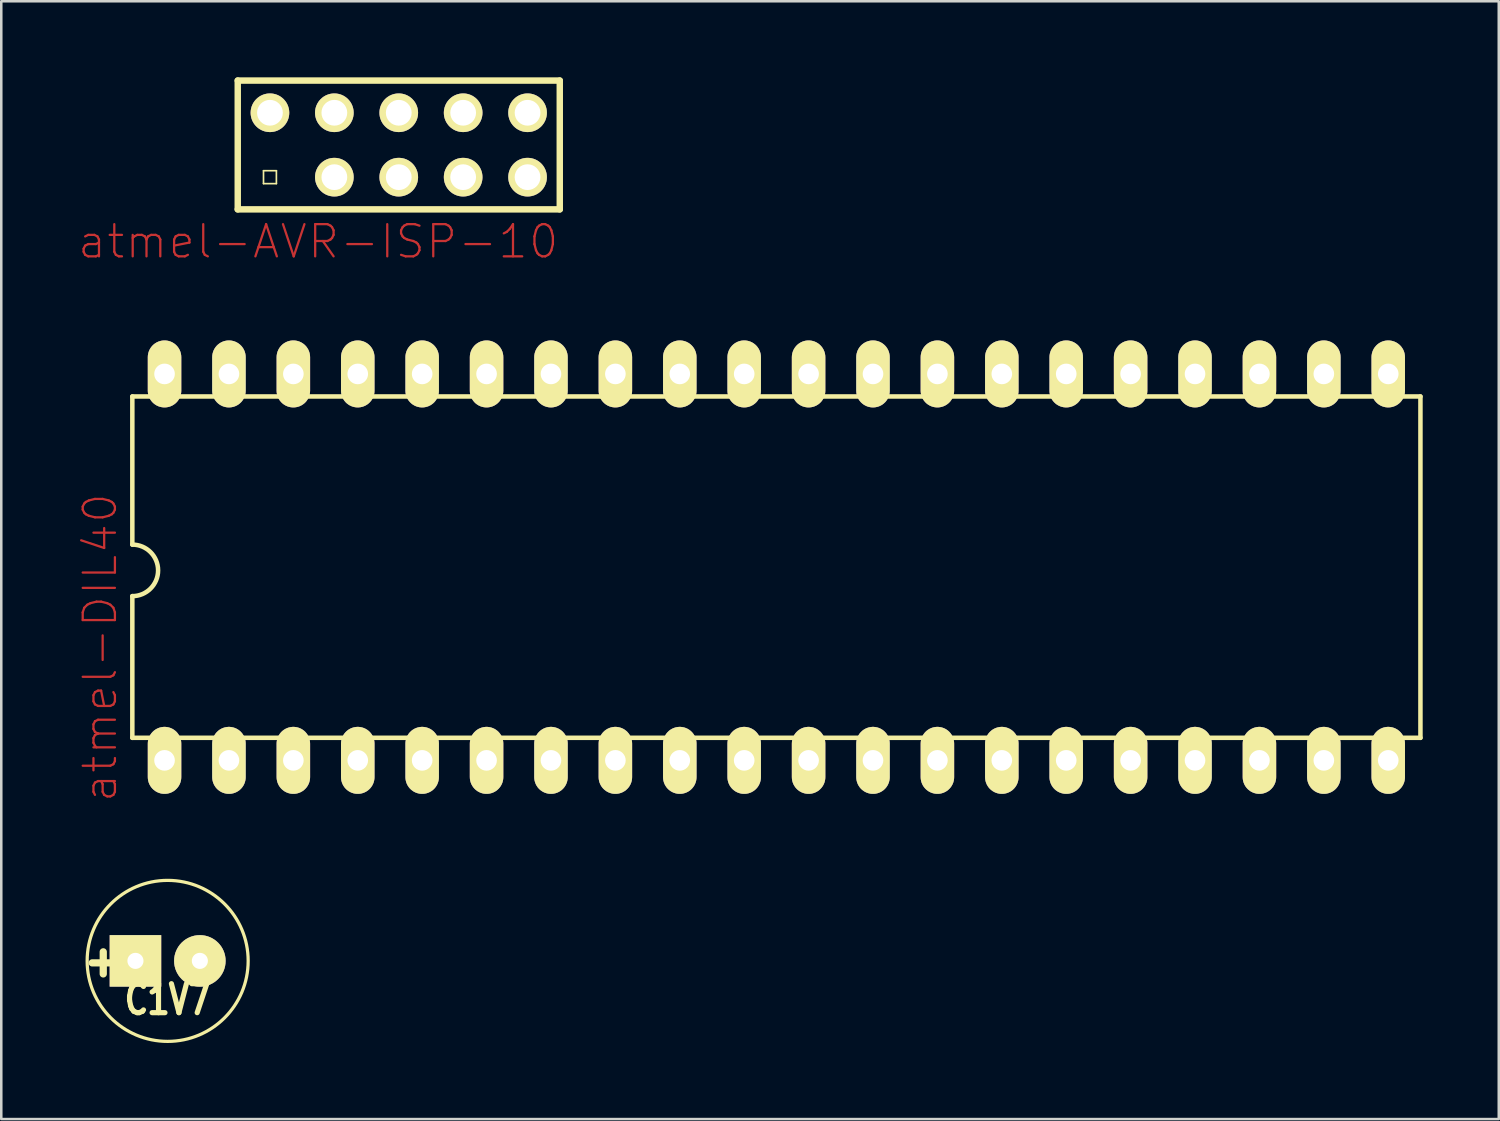
<source format=kicad_pcb>
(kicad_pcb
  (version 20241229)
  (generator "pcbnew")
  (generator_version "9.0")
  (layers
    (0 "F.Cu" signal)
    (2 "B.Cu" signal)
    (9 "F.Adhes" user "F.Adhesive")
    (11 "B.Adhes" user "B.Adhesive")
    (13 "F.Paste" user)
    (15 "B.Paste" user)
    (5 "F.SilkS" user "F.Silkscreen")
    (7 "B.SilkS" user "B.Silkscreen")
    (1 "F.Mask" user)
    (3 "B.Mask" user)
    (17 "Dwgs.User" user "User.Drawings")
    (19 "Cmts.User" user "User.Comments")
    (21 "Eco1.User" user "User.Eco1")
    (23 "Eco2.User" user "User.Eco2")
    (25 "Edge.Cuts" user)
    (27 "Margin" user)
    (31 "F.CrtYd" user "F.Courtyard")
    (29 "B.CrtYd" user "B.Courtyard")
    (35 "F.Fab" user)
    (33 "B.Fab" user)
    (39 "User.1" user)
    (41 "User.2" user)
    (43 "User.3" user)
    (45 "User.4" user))
  (footprint "C1V7"
    (layer "F.Cu")
    (at 3.562 34.845)
    (property "Reference" "C1V7" (at 0 1.524 0) (layer "F.SilkS") (effects (font (size 1.143 0.889) (thickness 0.203))))
    (attr through_hole)
    (fp_circle (center 0 0) (end 3.175 0) (stroke (width 0.127) (type solid)) (fill no) (layer "F.SilkS"))
    (fp_text user "+" (at -2.54 0 0) (layer "F.SilkS") (effects (font (size 1.143 1.143) (thickness 0.305))))
    (pad "1" thru_hole rect (at -1.27 0) (size 2.032 2.032) (drill 0.635) (layers "*.Cu" "*.Mask" "F.SilkS"))
    (pad "2" thru_hole circle (at 1.27 0) (size 2.032 2.032) (drill 0.635) (layers "*.Cu" "*.Mask" "F.SilkS")))
  (footprint "atmel-DIL40"
    (layer "F.Cu")
    (at 27.569 19.317)
    (property "Reference" "atmel-DIL40" (at -26.67 3.175 90) (layer "F.Cu") (effects (font (size 1.27 1.27) (thickness 0.089))))
    (attr exclude_from_pos_files exclude_from_bom)
    (fp_line (start -25.4 -6.731) (end -25.4 -0.889) (stroke (width 0.178) (type solid)) (layer "F.SilkS"))
    (fp_line (start -25.4 6.731) (end -25.4 1.143) (stroke (width 0.178) (type solid)) (layer "F.SilkS"))
    (fp_line (start -25.4 6.731) (end 25.4 6.731) (stroke (width 0.178) (type solid)) (layer "F.SilkS"))
    (fp_line (start 25.4 -6.731) (end -25.4 -6.731) (stroke (width 0.178) (type solid)) (layer "F.SilkS"))
    (fp_line (start 25.4 -6.731) (end 25.4 6.731) (stroke (width 0.178) (type solid)) (layer "F.SilkS"))
    (fp_arc (start -25.4 -0.889) (mid -24.384 0.127) (end -25.4 1.143) (stroke (width 0.1778) (type solid)) (layer "F.SilkS"))
    (pad "1" thru_hole oval (at -24.13 7.62) (size 1.321 2.642) (drill 0.813) (layers "*.Cu" "F.Mask" "F.SilkS" "F.Paste"))
    (pad "2" thru_hole oval (at -21.59 7.62) (size 1.321 2.642) (drill 0.813) (layers "*.Cu" "F.Mask" "F.SilkS" "F.Paste"))
    (pad "3" thru_hole oval (at -19.05 7.62) (size 1.321 2.642) (drill 0.813) (layers "*.Cu" "F.Mask" "F.SilkS" "F.Paste"))
    (pad "4" thru_hole oval (at -16.51 7.62) (size 1.321 2.642) (drill 0.813) (layers "*.Cu" "F.Mask" "F.SilkS" "F.Paste"))
    (pad "5" thru_hole oval (at -13.97 7.62) (size 1.321 2.642) (drill 0.813) (layers "*.Cu" "F.Mask" "F.SilkS" "F.Paste"))
    (pad "6" thru_hole oval (at -11.43 7.62) (size 1.321 2.642) (drill 0.813) (layers "*.Cu" "F.Mask" "F.SilkS" "F.Paste"))
    (pad "7" thru_hole oval (at -8.89 7.62) (size 1.321 2.642) (drill 0.813) (layers "*.Cu" "F.Mask" "F.SilkS" "F.Paste"))
    (pad "8" thru_hole oval (at -6.35 7.62) (size 1.321 2.642) (drill 0.813) (layers "*.Cu" "F.Mask" "F.SilkS" "F.Paste"))
    (pad "9" thru_hole oval (at -3.81 7.62) (size 1.321 2.642) (drill 0.813) (layers "*.Cu" "F.Mask" "F.SilkS" "F.Paste"))
    (pad "10" thru_hole oval (at -1.27 7.62) (size 1.321 2.642) (drill 0.813) (layers "*.Cu" "F.Mask" "F.SilkS" "F.Paste"))
    (pad "11" thru_hole oval (at 1.27 7.62) (size 1.321 2.642) (drill 0.813) (layers "*.Cu" "F.Mask" "F.SilkS" "F.Paste"))
    (pad "12" thru_hole oval (at 3.81 7.62) (size 1.321 2.642) (drill 0.813) (layers "*.Cu" "F.Mask" "F.SilkS" "F.Paste"))
    (pad "13" thru_hole oval (at 6.35 7.62) (size 1.321 2.642) (drill 0.813) (layers "*.Cu" "F.Mask" "F.SilkS" "F.Paste"))
    (pad "14" thru_hole oval (at 8.89 7.62) (size 1.321 2.642) (drill 0.813) (layers "*.Cu" "F.Mask" "F.SilkS" "F.Paste"))
    (pad "15" thru_hole oval (at 11.43 7.62) (size 1.321 2.642) (drill 0.813) (layers "*.Cu" "F.Mask" "F.SilkS" "F.Paste"))
    (pad "16" thru_hole oval (at 13.97 7.62) (size 1.321 2.642) (drill 0.813) (layers "*.Cu" "F.Mask" "F.SilkS" "F.Paste"))
    (pad "17" thru_hole oval (at 16.51 7.62) (size 1.321 2.642) (drill 0.813) (layers "*.Cu" "F.Mask" "F.SilkS" "F.Paste"))
    (pad "18" thru_hole oval (at 19.05 7.62) (size 1.321 2.642) (drill 0.813) (layers "*.Cu" "F.Mask" "F.SilkS" "F.Paste"))
    (pad "19" thru_hole oval (at 21.59 7.62) (size 1.321 2.642) (drill 0.813) (layers "*.Cu" "F.Mask" "F.SilkS" "F.Paste"))
    (pad "20" thru_hole oval (at 24.13 7.62) (size 1.321 2.642) (drill 0.813) (layers "*.Cu" "F.Mask" "F.SilkS" "F.Paste"))
    (pad "21" thru_hole oval (at 24.13 -7.62) (size 1.321 2.642) (drill 0.813) (layers "*.Cu" "F.Mask" "F.SilkS" "F.Paste"))
    (pad "22" thru_hole oval (at 21.59 -7.62) (size 1.321 2.642) (drill 0.813) (layers "*.Cu" "F.Mask" "F.SilkS" "F.Paste"))
    (pad "23" thru_hole oval (at 19.05 -7.62) (size 1.321 2.642) (drill 0.813) (layers "*.Cu" "F.Mask" "F.SilkS" "F.Paste"))
    (pad "24" thru_hole oval (at 16.51 -7.62) (size 1.321 2.642) (drill 0.813) (layers "*.Cu" "F.Mask" "F.SilkS" "F.Paste"))
    (pad "25" thru_hole oval (at 13.97 -7.62) (size 1.321 2.642) (drill 0.813) (layers "*.Cu" "F.Mask" "F.SilkS" "F.Paste"))
    (pad "26" thru_hole oval (at 11.43 -7.62) (size 1.321 2.642) (drill 0.813) (layers "*.Cu" "F.Mask" "F.SilkS" "F.Paste"))
    (pad "27" thru_hole oval (at 8.89 -7.62) (size 1.321 2.642) (drill 0.813) (layers "*.Cu" "F.Mask" "F.SilkS" "F.Paste"))
    (pad "28" thru_hole oval (at 6.35 -7.62) (size 1.321 2.642) (drill 0.813) (layers "*.Cu" "F.Mask" "F.SilkS" "F.Paste"))
    (pad "29" thru_hole oval (at 3.81 -7.62) (size 1.321 2.642) (drill 0.813) (layers "*.Cu" "F.Mask" "F.SilkS" "F.Paste"))
    (pad "30" thru_hole oval (at 1.27 -7.62) (size 1.321 2.642) (drill 0.813) (layers "*.Cu" "F.Mask" "F.SilkS" "F.Paste"))
    (pad "31" thru_hole oval (at -1.27 -7.62) (size 1.321 2.642) (drill 0.813) (layers "*.Cu" "F.Mask" "F.SilkS" "F.Paste"))
    (pad "32" thru_hole oval (at -3.81 -7.62) (size 1.321 2.642) (drill 0.813) (layers "*.Cu" "F.Mask" "F.SilkS" "F.Paste"))
    (pad "33" thru_hole oval (at -6.35 -7.62) (size 1.321 2.642) (drill 0.813) (layers "*.Cu" "F.Mask" "F.SilkS" "F.Paste"))
    (pad "34" thru_hole oval (at -8.89 -7.62) (size 1.321 2.642) (drill 0.813) (layers "*.Cu" "F.Mask" "F.SilkS" "F.Paste"))
    (pad "35" thru_hole oval (at -11.43 -7.62) (size 1.321 2.642) (drill 0.813) (layers "*.Cu" "F.Mask" "F.SilkS" "F.Paste"))
    (pad "36" thru_hole oval (at -13.97 -7.62) (size 1.321 2.642) (drill 0.813) (layers "*.Cu" "F.Mask" "F.SilkS" "F.Paste"))
    (pad "37" thru_hole oval (at -16.51 -7.62) (size 1.321 2.642) (drill 0.813) (layers "*.Cu" "F.Mask" "F.SilkS" "F.Paste"))
    (pad "38" thru_hole oval (at -19.05 -7.62) (size 1.321 2.642) (drill 0.813) (layers "*.Cu" "F.Mask" "F.SilkS" "F.Paste"))
    (pad "39" thru_hole oval (at -21.59 -7.62) (size 1.321 2.642) (drill 0.813) (layers "*.Cu" "F.Mask" "F.SilkS" "F.Paste"))
    (pad "40" thru_hole oval (at -24.13 -7.62) (size 1.321 2.642) (drill 0.813) (layers "*.Cu" "F.Mask" "F.SilkS" "F.Paste")))
  (footprint "atmel-AVR-ISP-10"
    (layer "F.Cu")
    (at 12.676 2.667)
    (property "Reference" "atmel-AVR-ISP-10" (at -3.175 3.81 0) (layer "F.Cu") (effects (font (size 1.27 1.27) (thickness 0.089))))
    (attr exclude_from_pos_files exclude_from_bom)
    (fp_line (start -6.35 -2.54) (end 6.35 -2.54) (stroke (width 0.254) (type solid)) (layer "F.SilkS"))
    (fp_line (start -6.35 2.54) (end -6.35 -2.54) (stroke (width 0.254) (type solid)) (layer "F.SilkS"))
    (fp_line (start -5.334 -1.524) (end -4.826 -1.524) (stroke (width 0.066) (type solid)) (layer "F.SilkS"))
    (fp_line (start -5.334 -1.016) (end -5.334 -1.524) (stroke (width 0.066) (type solid)) (layer "F.SilkS"))
    (fp_line (start -5.334 -1.016) (end -4.826 -1.016) (stroke (width 0.066) (type solid)) (layer "F.SilkS"))
    (fp_line (start -5.334 1.016) (end -4.826 1.016) (stroke (width 0.066) (type solid)) (layer "F.SilkS"))
    (fp_line (start -5.334 1.524) (end -5.334 1.016) (stroke (width 0.066) (type solid)) (layer "F.SilkS"))
    (fp_line (start -5.334 1.524) (end -4.826 1.524) (stroke (width 0.066) (type solid)) (layer "F.SilkS"))
    (fp_line (start -4.826 -1.016) (end -4.826 -1.524) (stroke (width 0.066) (type solid)) (layer "F.SilkS"))
    (fp_line (start -4.826 1.524) (end -4.826 1.016) (stroke (width 0.066) (type solid)) (layer "F.SilkS"))
    (fp_line (start -2.794 -1.524) (end -2.286 -1.524) (stroke (width 0.066) (type solid)) (layer "F.SilkS"))
    (fp_line (start -2.794 -1.016) (end -2.794 -1.524) (stroke (width 0.066) (type solid)) (layer "F.SilkS"))
    (fp_line (start -2.794 -1.016) (end -2.286 -1.016) (stroke (width 0.066) (type solid)) (layer "F.SilkS"))
    (fp_line (start -2.794 1.016) (end -2.286 1.016) (stroke (width 0.066) (type solid)) (layer "F.SilkS"))
    (fp_line (start -2.794 1.524) (end -2.794 1.016) (stroke (width 0.066) (type solid)) (layer "F.SilkS"))
    (fp_line (start -2.794 1.524) (end -2.286 1.524) (stroke (width 0.066) (type solid)) (layer "F.SilkS"))
    (fp_line (start -2.286 -1.016) (end -2.286 -1.524) (stroke (width 0.066) (type solid)) (layer "F.SilkS"))
    (fp_line (start -2.286 1.524) (end -2.286 1.016) (stroke (width 0.066) (type solid)) (layer "F.SilkS"))
    (fp_line (start -0.254 -1.524) (end 0.254 -1.524) (stroke (width 0.066) (type solid)) (layer "F.SilkS"))
    (fp_line (start -0.254 -1.016) (end -0.254 -1.524) (stroke (width 0.066) (type solid)) (layer "F.SilkS"))
    (fp_line (start -0.254 -1.016) (end 0.254 -1.016) (stroke (width 0.066) (type solid)) (layer "F.SilkS"))
    (fp_line (start -0.254 1.016) (end 0.254 1.016) (stroke (width 0.066) (type solid)) (layer "F.SilkS"))
    (fp_line (start -0.254 1.524) (end -0.254 1.016) (stroke (width 0.066) (type solid)) (layer "F.SilkS"))
    (fp_line (start -0.254 1.524) (end 0.254 1.524) (stroke (width 0.066) (type solid)) (layer "F.SilkS"))
    (fp_line (start 0.254 -1.016) (end 0.254 -1.524) (stroke (width 0.066) (type solid)) (layer "F.SilkS"))
    (fp_line (start 0.254 1.524) (end 0.254 1.016) (stroke (width 0.066) (type solid)) (layer "F.SilkS"))
    (fp_line (start 2.286 -1.524) (end 2.794 -1.524) (stroke (width 0.066) (type solid)) (layer "F.SilkS"))
    (fp_line (start 2.286 -1.016) (end 2.286 -1.524) (stroke (width 0.066) (type solid)) (layer "F.SilkS"))
    (fp_line (start 2.286 -1.016) (end 2.794 -1.016) (stroke (width 0.066) (type solid)) (layer "F.SilkS"))
    (fp_line (start 2.286 1.016) (end 2.794 1.016) (stroke (width 0.066) (type solid)) (layer "F.SilkS"))
    (fp_line (start 2.286 1.524) (end 2.286 1.016) (stroke (width 0.066) (type solid)) (layer "F.SilkS"))
    (fp_line (start 2.286 1.524) (end 2.794 1.524) (stroke (width 0.066) (type solid)) (layer "F.SilkS"))
    (fp_line (start 2.794 -1.016) (end 2.794 -1.524) (stroke (width 0.066) (type solid)) (layer "F.SilkS"))
    (fp_line (start 2.794 1.524) (end 2.794 1.016) (stroke (width 0.066) (type solid)) (layer "F.SilkS"))
    (fp_line (start 4.826 -1.524) (end 5.334 -1.524) (stroke (width 0.066) (type solid)) (layer "F.SilkS"))
    (fp_line (start 4.826 -1.016) (end 4.826 -1.524) (stroke (width 0.066) (type solid)) (layer "F.SilkS"))
    (fp_line (start 4.826 -1.016) (end 5.334 -1.016) (stroke (width 0.066) (type solid)) (layer "F.SilkS"))
    (fp_line (start 4.826 1.016) (end 5.334 1.016) (stroke (width 0.066) (type solid)) (layer "F.SilkS"))
    (fp_line (start 4.826 1.524) (end 4.826 1.016) (stroke (width 0.066) (type solid)) (layer "F.SilkS"))
    (fp_line (start 4.826 1.524) (end 5.334 1.524) (stroke (width 0.066) (type solid)) (layer "F.SilkS"))
    (fp_line (start 5.334 -1.016) (end 5.334 -1.524) (stroke (width 0.066) (type solid)) (layer "F.SilkS"))
    (fp_line (start 5.334 1.524) (end 5.334 1.016) (stroke (width 0.066) (type solid)) (layer "F.SilkS"))
    (fp_line (start 6.35 -2.54) (end 6.35 2.54) (stroke (width 0.254) (type solid)) (layer "F.SilkS"))
    (fp_line (start 6.35 2.54) (end -6.35 2.54) (stroke (width 0.254) (type solid)) (layer "F.SilkS"))
    (pad "1" thru_hole rect (at -5.08 1.27) (size 0.001 0.001) (drill 1.016) (layers "*.Cu" "F.Mask" "F.SilkS" "F.Paste"))
    (pad "2" thru_hole circle (at -5.08 -1.27) (size 1.524 1.524) (drill 1.016) (layers "*.Cu" "F.Mask" "F.SilkS" "F.Paste"))
    (pad "3" thru_hole circle (at -2.54 1.27) (size 1.524 1.524) (drill 1.016) (layers "*.Cu" "F.Mask" "F.SilkS" "F.Paste"))
    (pad "4" thru_hole circle (at -2.54 -1.27) (size 1.524 1.524) (drill 1.016) (layers "*.Cu" "F.Mask" "F.SilkS" "F.Paste"))
    (pad "5" thru_hole circle (at 0 1.27) (size 1.524 1.524) (drill 1.016) (layers "*.Cu" "F.Mask" "F.SilkS" "F.Paste"))
    (pad "6" thru_hole circle (at 0 -1.27) (size 1.524 1.524) (drill 1.016) (layers "*.Cu" "F.Mask" "F.SilkS" "F.Paste"))
    (pad "7" thru_hole circle (at 2.54 1.27) (size 1.524 1.524) (drill 1.016) (layers "*.Cu" "F.Mask" "F.SilkS" "F.Paste"))
    (pad "8" thru_hole circle (at 2.54 -1.27) (size 1.524 1.524) (drill 1.016) (layers "*.Cu" "F.Mask" "F.SilkS" "F.Paste"))
    (pad "9" thru_hole circle (at 5.08 1.27) (size 1.524 1.524) (drill 1.016) (layers "*.Cu" "F.Mask" "F.SilkS" "F.Paste"))
    (pad "10" thru_hole circle (at 5.08 -1.27) (size 1.524 1.524) (drill 1.016) (layers "*.Cu" "F.Mask" "F.SilkS" "F.Paste")))
  (gr_rect
    (start -3 -3)
    (end 56.058 41.083)
    (stroke (width 0.1) (type default))
    (fill no)
    (layer "Edge.Cuts")))
</source>
